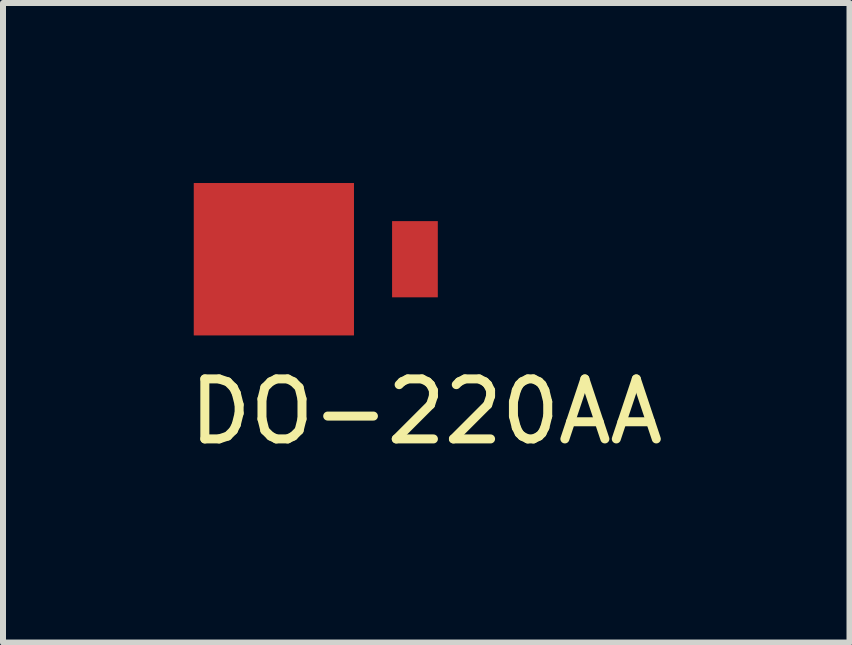
<source format=kicad_pcb>
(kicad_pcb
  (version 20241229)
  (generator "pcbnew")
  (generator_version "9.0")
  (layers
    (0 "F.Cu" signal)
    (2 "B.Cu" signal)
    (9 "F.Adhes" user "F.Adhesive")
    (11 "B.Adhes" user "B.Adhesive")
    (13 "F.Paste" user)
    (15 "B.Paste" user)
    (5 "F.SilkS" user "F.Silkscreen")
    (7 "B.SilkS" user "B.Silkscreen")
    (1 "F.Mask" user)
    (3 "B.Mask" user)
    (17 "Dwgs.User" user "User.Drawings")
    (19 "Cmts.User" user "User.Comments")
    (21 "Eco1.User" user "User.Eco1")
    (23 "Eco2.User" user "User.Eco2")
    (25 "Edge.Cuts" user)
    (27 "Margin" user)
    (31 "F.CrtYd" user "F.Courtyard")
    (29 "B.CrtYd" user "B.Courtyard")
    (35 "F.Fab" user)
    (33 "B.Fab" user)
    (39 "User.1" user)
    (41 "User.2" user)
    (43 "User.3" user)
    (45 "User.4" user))
  (footprint "DO-220AA"
    (layer "F.Cu")
    (at 1.514 1.27)
    (property "Reference" "DO-220AA" (at 2.54 2.54 0) (layer "F.SilkS") (effects (font (size 1 1) (thickness 0.15))))
    (attr through_hole)
    (pad "1" smd rect (at 2.351 0) (size 0.762 1.27) (layers "F.Cu" "F.Mask" "F.Paste"))
    (pad "2" smd rect (at 0 0) (size 2.67 2.54) (layers "F.Cu" "F.Mask" "F.Paste")))
  (gr_rect
    (start -3 -3)
    (end 11.107 7.658)
    (stroke (width 0.1) (type default))
    (fill no)
    (layer "Edge.Cuts")))
</source>
